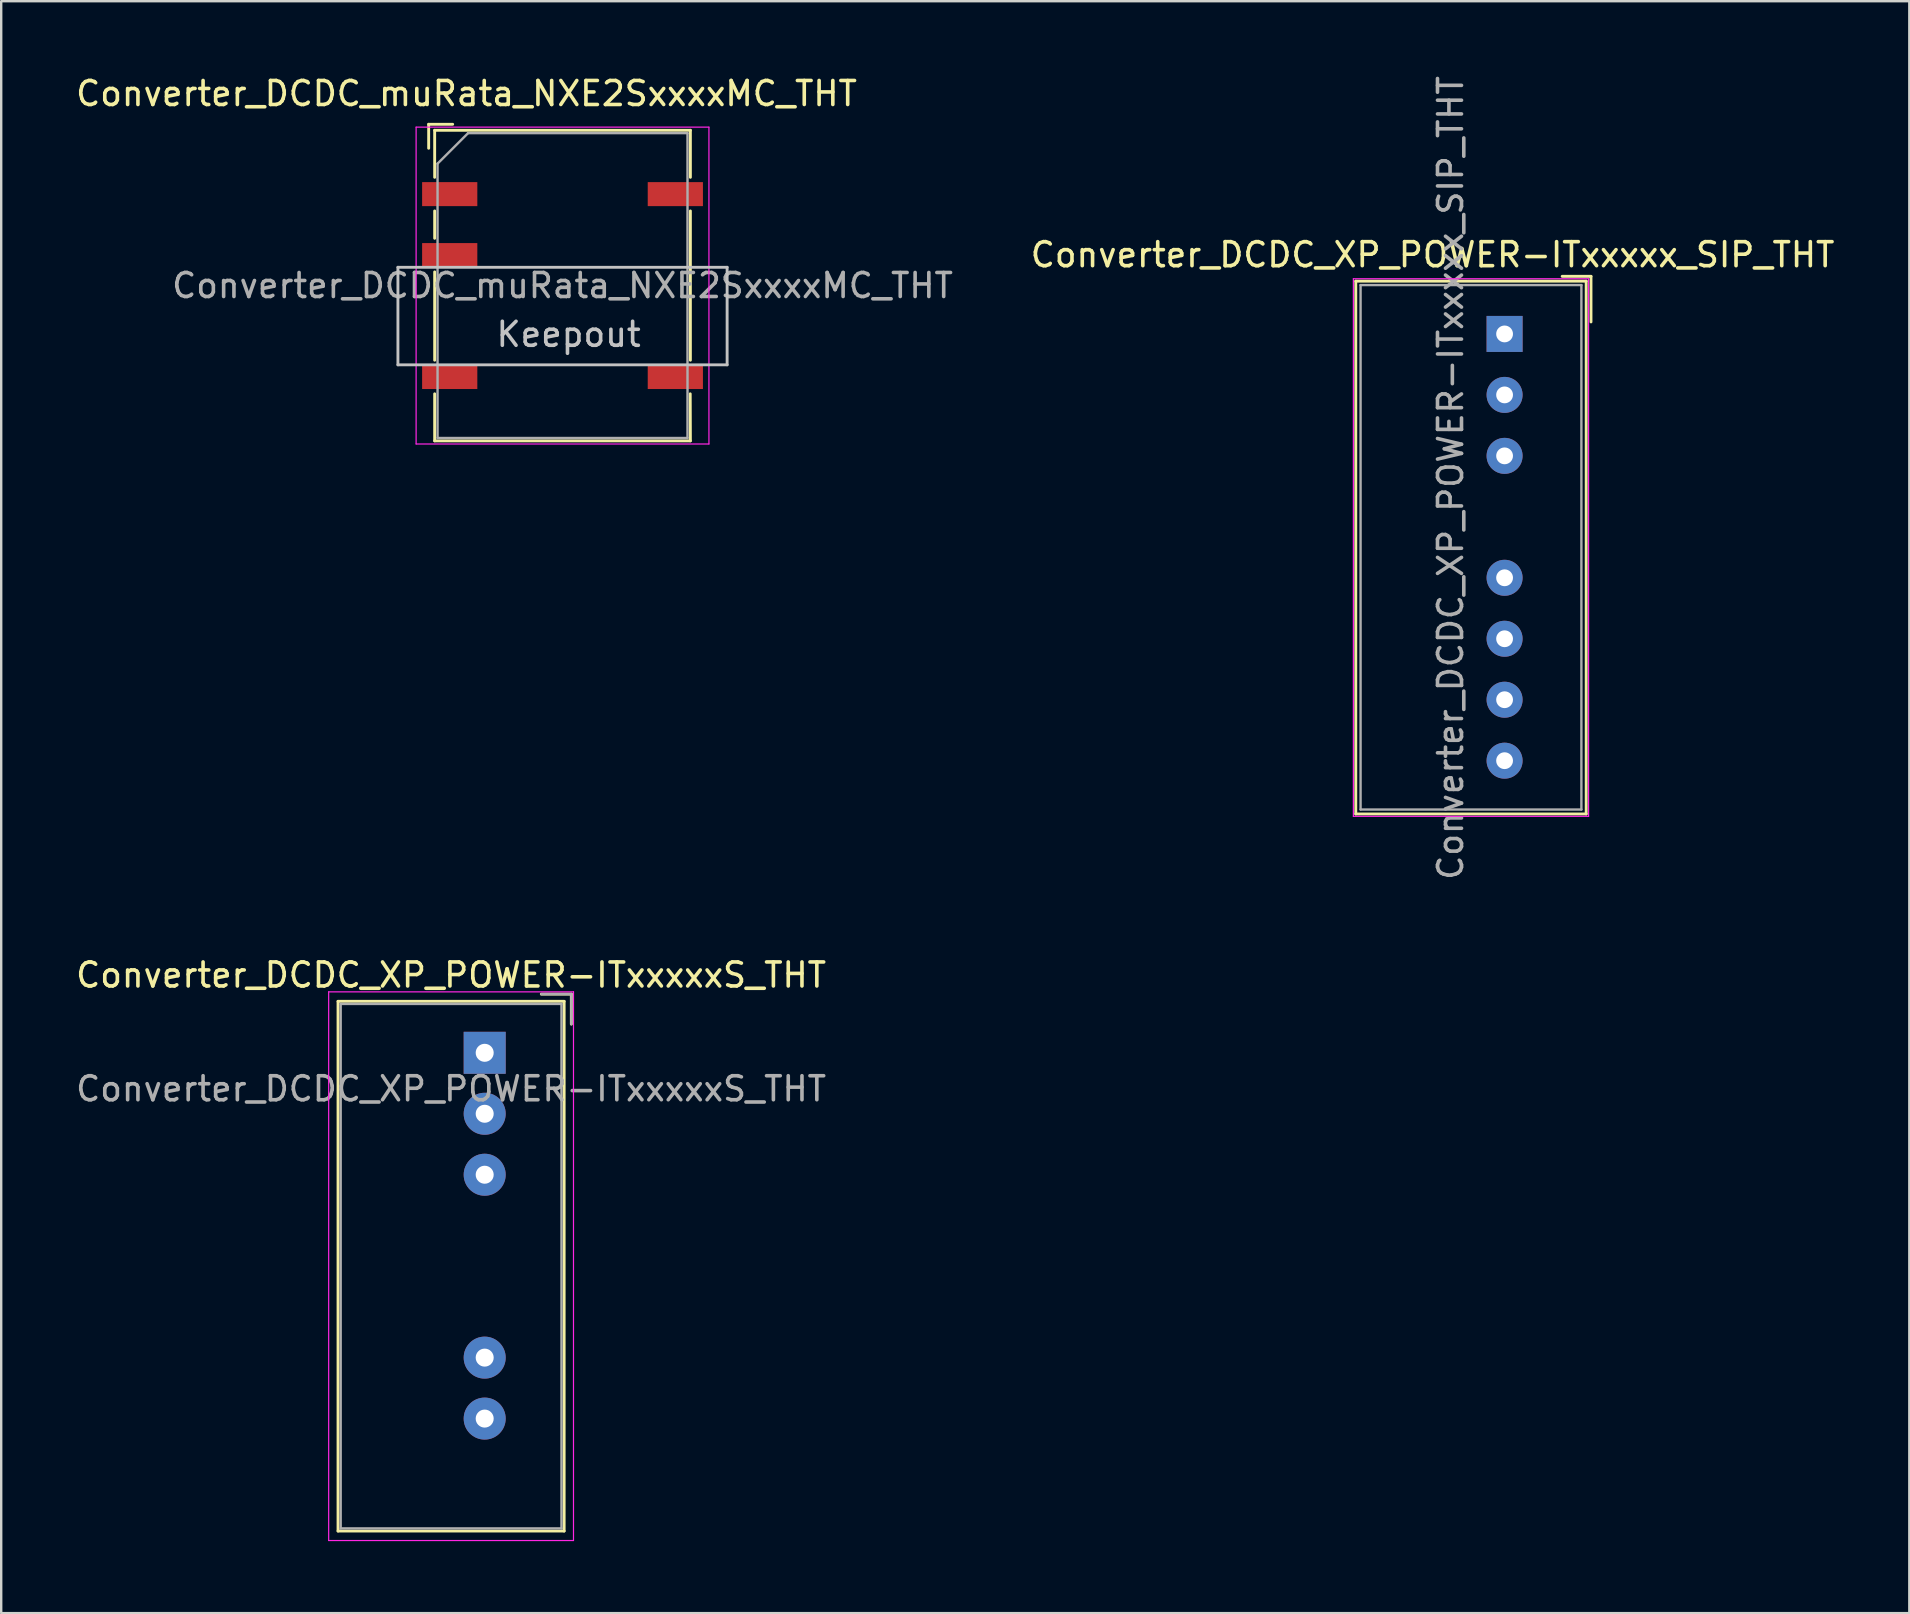
<source format=kicad_pcb>
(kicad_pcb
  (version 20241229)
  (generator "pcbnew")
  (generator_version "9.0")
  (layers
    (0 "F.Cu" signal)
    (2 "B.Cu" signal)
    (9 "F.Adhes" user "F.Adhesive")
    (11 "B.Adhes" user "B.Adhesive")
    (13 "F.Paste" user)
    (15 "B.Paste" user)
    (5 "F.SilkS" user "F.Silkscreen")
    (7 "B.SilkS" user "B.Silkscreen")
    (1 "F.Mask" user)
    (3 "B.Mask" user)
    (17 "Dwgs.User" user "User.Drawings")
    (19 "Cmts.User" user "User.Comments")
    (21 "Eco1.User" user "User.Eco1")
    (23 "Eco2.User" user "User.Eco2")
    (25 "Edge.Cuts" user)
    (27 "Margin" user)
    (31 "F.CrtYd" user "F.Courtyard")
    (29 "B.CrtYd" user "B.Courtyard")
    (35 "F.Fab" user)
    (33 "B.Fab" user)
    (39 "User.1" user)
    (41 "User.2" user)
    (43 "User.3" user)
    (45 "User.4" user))
  (footprint "Converter_DCDC_XP_POWER-ITxxxxxS_THT"
    (layer "F.Cu")
    (at 17.144 40.814)
    (property "Reference" "Converter_DCDC_XP_POWER-ITxxxxxS_THT" (at -1.4 -3.24 0) (layer "F.SilkS") (effects (font (size 1 1) (thickness 0.15))))
    (attr through_hole)
    (fp_line (start -6.11 -2.145) (end -6.11 19.925) (stroke (width 0.12) (type solid)) (layer "F.SilkS"))
    (fp_line (start -6.11 19.925) (end 3.31 19.925) (stroke (width 0.12) (type solid)) (layer "F.SilkS"))
    (fp_line (start 2.36 -2.445) (end 3.61 -2.445) (stroke (width 0.12) (type solid)) (layer "F.SilkS"))
    (fp_line (start 3.31 -2.145) (end -6.11 -2.145) (stroke (width 0.12) (type solid)) (layer "F.SilkS"))
    (fp_line (start 3.31 19.925) (end 3.31 -2.145) (stroke (width 0.12) (type solid)) (layer "F.SilkS"))
    (fp_line (start 3.61 -2.445) (end 3.61 -1.195) (stroke (width 0.12) (type solid)) (layer "F.SilkS"))
    (fp_line (start -6.5 -2.54) (end -6.5 20.32) (stroke (width 0.05) (type solid)) (layer "F.CrtYd"))
    (fp_line (start -6.5 20.32) (end 3.7 20.32) (stroke (width 0.05) (type solid)) (layer "F.CrtYd"))
    (fp_line (start 3.7 -2.54) (end -6.5 -2.54) (stroke (width 0.05) (type solid)) (layer "F.CrtYd"))
    (fp_line (start 3.7 20.32) (end 3.7 -2.54) (stroke (width 0.05) (type solid)) (layer "F.CrtYd"))
    (fp_line (start -6 -2.035) (end -6 19.815) (stroke (width 0.1) (type solid)) (layer "F.Fab"))
    (fp_line (start -6 19.815) (end 3.2 19.815) (stroke (width 0.1) (type solid)) (layer "F.Fab"))
    (fp_line (start 2.36 -2.445) (end 3.61 -2.445) (stroke (width 0.1) (type solid)) (layer "F.Fab"))
    (fp_line (start 3.2 -2.035) (end -6 -2.035) (stroke (width 0.1) (type solid)) (layer "F.Fab"))
    (fp_line (start 3.2 19.815) (end 3.2 -2.035) (stroke (width 0.1) (type solid)) (layer "F.Fab"))
    (fp_line (start 3.61 -2.445) (end 3.61 -1.195) (stroke (width 0.1) (type solid)) (layer "F.Fab"))
    (fp_text user "${REFERENCE}" (at -1.4 1.5 0) (layer "F.Fab") (effects (font (size 1 1) (thickness 0.15))))
    (pad "1" thru_hole rect (at 0 0) (size 1.75 1.75) (drill 0.75) (layers "*.Cu" "*.Mask"))
    (pad "2" thru_hole circle (at 0 2.54) (size 1.75 1.75) (drill 0.75) (layers "*.Cu" "*.Mask"))
    (pad "3" thru_hole circle (at 0 5.08) (size 1.75 1.75) (drill 0.75) (layers "*.Cu" "*.Mask"))
    (pad "6" thru_hole circle (at 0 12.7) (size 1.75 1.75) (drill 0.75) (layers "*.Cu" "*.Mask"))
    (pad "7" thru_hole circle (at 0 15.24) (size 1.75 1.75) (drill 0.75) (layers "*.Cu" "*.Mask")))
  (footprint "Converter_DCDC_XP_POWER-ITxxxxx_SIP_THT"
    (layer "F.Cu")
    (at 59.637 10.863)
    (property "Reference" "Converter_DCDC_XP_POWER-ITxxxxx_SIP_THT" (at -3 -3.3 0) (layer "F.SilkS") (effects (font (size 1 1) (thickness 0.15))))
    (attr through_hole)
    (fp_line (start -6.2 -2.2) (end -6.2 20) (stroke (width 0.12) (type solid)) (layer "F.SilkS"))
    (fp_line (start -6.2 20) (end 3.4 20) (stroke (width 0.12) (type solid)) (layer "F.SilkS"))
    (fp_line (start 3.4 -2.2) (end -6.2 -2.2) (stroke (width 0.12) (type solid)) (layer "F.SilkS"))
    (fp_line (start 3.4 20) (end 3.4 -2.2) (stroke (width 0.12) (type solid)) (layer "F.SilkS"))
    (fp_line (start 3.6 -2.4) (end 2.4 -2.4) (stroke (width 0.12) (type solid)) (layer "F.SilkS"))
    (fp_line (start 3.6 -2.4) (end 3.6 -0.5) (stroke (width 0.12) (type solid)) (layer "F.SilkS"))
    (fp_line (start -6.3 -2.3) (end -6.3 20.1) (stroke (width 0.05) (type solid)) (layer "F.CrtYd"))
    (fp_line (start -6.3 20.1) (end 3.5 20.1) (stroke (width 0.05) (type solid)) (layer "F.CrtYd"))
    (fp_line (start 3.5 -2.3) (end -6.3 -2.3) (stroke (width 0.05) (type solid)) (layer "F.CrtYd"))
    (fp_line (start 3.5 20.1) (end 3.5 -2.3) (stroke (width 0.05) (type solid)) (layer "F.CrtYd"))
    (fp_line (start -6 -2.035) (end -6 19.815) (stroke (width 0.1) (type solid)) (layer "F.Fab"))
    (fp_line (start -6 19.815) (end 3.2 19.815) (stroke (width 0.1) (type solid)) (layer "F.Fab"))
    (fp_line (start 3.2 -2.035) (end -6 -2.035) (stroke (width 0.1) (type solid)) (layer "F.Fab"))
    (fp_line (start 3.2 19.815) (end 3.2 -2.035) (stroke (width 0.1) (type solid)) (layer "F.Fab"))
    (fp_text user "${REFERENCE}" (at -2.25 6 90) (layer "F.Fab") (effects (font (size 1 1) (thickness 0.15))))
    (pad "1" thru_hole rect (at 0 0) (size 1.5 1.5) (drill 0.7) (layers "*.Cu" "*.Mask"))
    (pad "2" thru_hole oval (at 0 2.54) (size 1.5 1.5) (drill 0.7) (layers "*.Cu" "*.Mask"))
    (pad "3" thru_hole circle (at 0 5.08) (size 1.5 1.5) (drill 0.7) (layers "*.Cu" "*.Mask"))
    (pad "5" thru_hole oval (at 0 10.16) (size 1.5 1.5) (drill 0.7) (layers "*.Cu" "*.Mask"))
    (pad "6" thru_hole oval (at 0 12.7) (size 1.5 1.5) (drill 0.7) (layers "*.Cu" "*.Mask"))
    (pad "7" thru_hole circle (at 0 15.24) (size 1.5 1.5) (drill 0.7) (layers "*.Cu" "*.Mask"))
    (pad "8" thru_hole circle (at 0 17.78) (size 1.5 1.5) (drill 0.7) (layers "*.Cu" "*.Mask")))
  (footprint "Converter_DCDC_muRata_NXE2SxxxxMC_THT"
    (layer "F.Cu")
    (at 20.387 8.848)
    (property "Reference" "Converter_DCDC_muRata_NXE2SxxxxMC_THT" (at -4 -8 0) (layer "F.SilkS") (effects (font (size 1 1) (thickness 0.15))))
    (attr smd)
    (fp_line (start -5.577 -6.72) (end -5.577 -5.72) (stroke (width 0.12) (type solid)) (layer "F.SilkS"))
    (fp_line (start -5.327 -6.47) (end 5.327 -6.47) (stroke (width 0.12) (type solid)) (layer "F.SilkS"))
    (fp_line (start -5.327 -4.51) (end -5.327 -6.47) (stroke (width 0.12) (type solid)) (layer "F.SilkS"))
    (fp_line (start -5.327 -1.97) (end -5.327 -3.11) (stroke (width 0.12) (type solid)) (layer "F.SilkS"))
    (fp_line (start -5.327 3.11) (end -5.327 -0.57) (stroke (width 0.12) (type solid)) (layer "F.SilkS"))
    (fp_line (start -5.327 6.47) (end -5.327 4.51) (stroke (width 0.12) (type solid)) (layer "F.SilkS"))
    (fp_line (start -4.577 -6.72) (end -5.577 -6.72) (stroke (width 0.12) (type solid)) (layer "F.SilkS"))
    (fp_line (start 5.32 4.51) (end 5.327 6.47) (stroke (width 0.12) (type solid)) (layer "F.SilkS"))
    (fp_line (start 5.327 -6.47) (end 5.327 -4.51) (stroke (width 0.12) (type solid)) (layer "F.SilkS"))
    (fp_line (start 5.327 -3.11) (end 5.327 3.11) (stroke (width 0.12) (type solid)) (layer "F.SilkS"))
    (fp_line (start 5.327 6.47) (end -5.327 6.47) (stroke (width 0.12) (type solid)) (layer "F.SilkS"))
    (fp_line (start -6.858 -0.762) (end 6.858 -0.762) (stroke (width 0.12) (type solid)) (layer "Dwgs.User"))
    (fp_line (start -6.858 3.302) (end -6.858 -0.762) (stroke (width 0.12) (type solid)) (layer "Dwgs.User"))
    (fp_line (start 6.858 -0.762) (end 6.858 3.302) (stroke (width 0.12) (type solid)) (layer "Dwgs.User"))
    (fp_line (start 6.858 3.302) (end -6.858 3.302) (stroke (width 0.12) (type solid)) (layer "Dwgs.User"))
    (fp_line (start -6.1 6.6) (end -6.1 -6.6) (stroke (width 0.05) (type solid)) (layer "F.CrtYd"))
    (fp_line (start 6.1 -6.6) (end -6.1 -6.6) (stroke (width 0.05) (type solid)) (layer "F.CrtYd"))
    (fp_line (start 6.1 -6.6) (end 6.1 6.6) (stroke (width 0.05) (type solid)) (layer "F.CrtYd"))
    (fp_line (start 6.1 6.6) (end -6.1 6.6) (stroke (width 0.05) (type solid)) (layer "F.CrtYd"))
    (fp_line (start -5.207 6.35) (end -5.207 -5.08) (stroke (width 0.1) (type solid)) (layer "F.Fab"))
    (fp_line (start -3.937 -6.35) (end -5.207 -5.08) (stroke (width 0.1) (type solid)) (layer "F.Fab"))
    (fp_line (start -3.937 -6.35) (end 5.207 -6.35) (stroke (width 0.1) (type solid)) (layer "F.Fab"))
    (fp_line (start 5.207 -6.35) (end 5.207 6.35) (stroke (width 0.1) (type solid)) (layer "F.Fab"))
    (fp_line (start 5.207 6.35) (end -5.207 6.35) (stroke (width 0.1) (type solid)) (layer "F.Fab"))
    (fp_text user "Keepout" (at 0.254 2.032 0) (layer "Dwgs.User") (effects (font (size 1 1) (thickness 0.15))))
    (fp_text user "${REFERENCE}" (at 0 0 0) (layer "F.Fab") (effects (font (size 1 1) (thickness 0.15))))
    (pad "1" smd rect (at -4.7 -3.81 270) (size 1 2.3) (layers "F.Cu" "F.Mask" "F.Paste"))
    (pad "3" smd rect (at -4.7 -1.27 270) (size 1 2.3) (layers "F.Cu" "F.Mask" "F.Paste"))
    (pad "7" smd rect (at -4.7 3.81 270) (size 1 2.3) (layers "F.Cu" "F.Mask" "F.Paste"))
    (pad "8" smd rect (at 4.7 3.81 270) (size 1 2.3) (layers "F.Cu" "F.Mask" "F.Paste"))
    (pad "14" smd rect (at 4.7 -3.81 270) (size 1 2.3) (layers "F.Cu" "F.Mask" "F.Paste")))
  (gr_rect
    (start -3 -3)
    (end 76.5 64.159)
    (stroke (width 0.1) (type default))
    (fill no)
    (layer "Edge.Cuts")))
</source>
